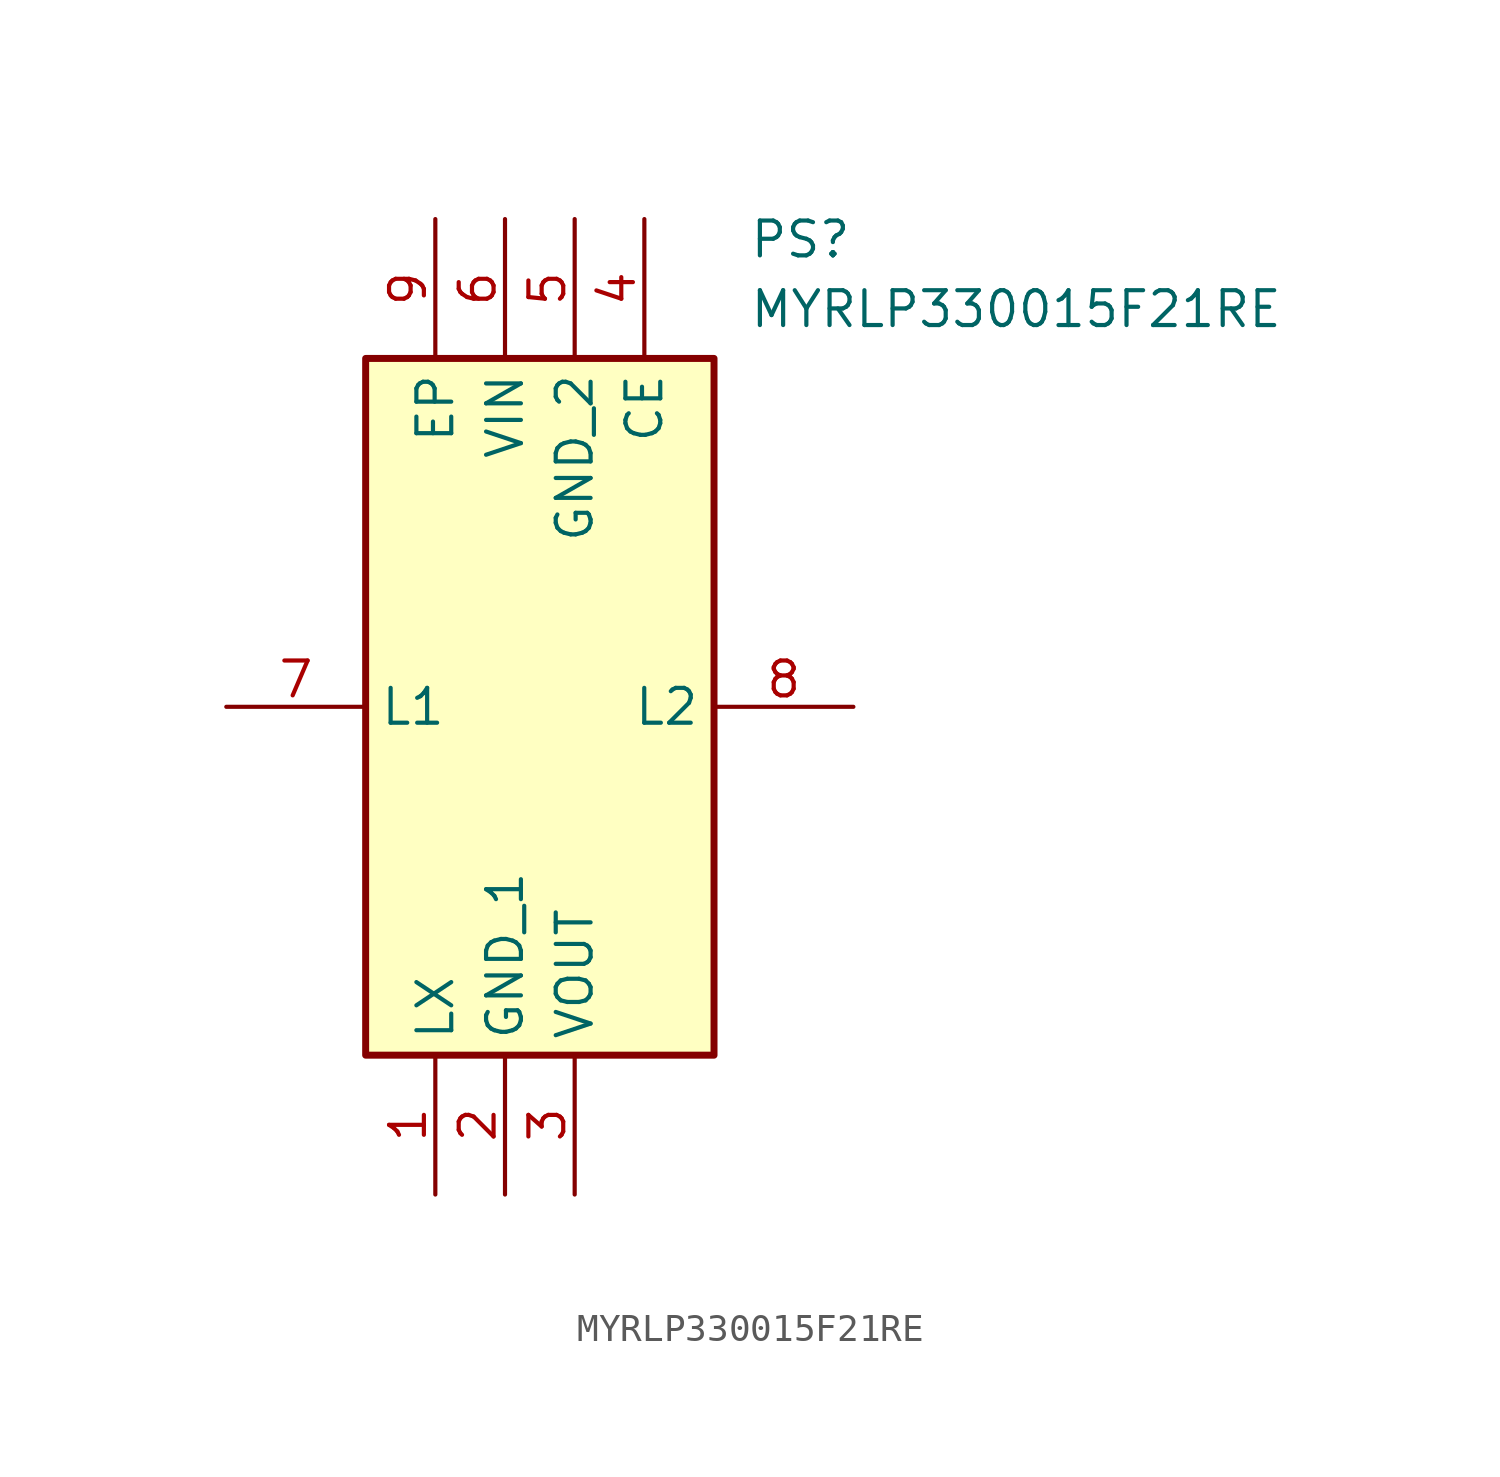
<source format=kicad_sym>
(kicad_symbol_lib
  (version 20211014)
  (generator SamacSys_ECAD_Model)
  (symbol "MYRLP330015F21RE"
    (property "Reference" "PS"
      (at 19.05 17.78 0)
      (effects (font (size 1.27 1.27)) (justify left top)))
    (property "Value" "MYRLP330015F21RE"
      (at 19.05 15.24 0)
      (effects (font (size 1.27 1.27)) (justify left top)))
    (rectangle
      (start 5.08 12.7)
      (end 17.78 -12.7)
      (stroke (width 0.254) (type default))
      (fill (type background)))
    (pin passive line
      (at 7.62 -17.78 90)
      (length 5.08)
      (name "LX" (effects (font (size 1.27 1.27))))
      (number "1" (effects (font (size 1.27 1.27)))))
    (pin passive line
      (at 10.16 -17.78 90)
      (length 5.08)
      (name "GND_1" (effects (font (size 1.27 1.27))))
      (number "2" (effects (font (size 1.27 1.27)))))
    (pin passive line
      (at 12.7 -17.78 90)
      (length 5.08)
      (name "VOUT" (effects (font (size 1.27 1.27))))
      (number "3" (effects (font (size 1.27 1.27)))))
    (pin passive line
      (at 15.24 17.78 270)
      (length 5.08)
      (name "CE" (effects (font (size 1.27 1.27))))
      (number "4" (effects (font (size 1.27 1.27)))))
    (pin passive line
      (at 12.7 17.78 270)
      (length 5.08)
      (name "GND_2" (effects (font (size 1.27 1.27))))
      (number "5" (effects (font (size 1.27 1.27)))))
    (pin passive line
      (at 10.16 17.78 270)
      (length 5.08)
      (name "VIN" (effects (font (size 1.27 1.27))))
      (number "6" (effects (font (size 1.27 1.27)))))
    (pin passive line
      (at 0 0 0)
      (length 5.08)
      (name "L1" (effects (font (size 1.27 1.27))))
      (number "7" (effects (font (size 1.27 1.27)))))
    (pin passive line
      (at 22.86 0 180)
      (length 5.08)
      (name "L2" (effects (font (size 1.27 1.27))))
      (number "8" (effects (font (size 1.27 1.27)))))
    (pin passive line
      (at 7.62 17.78 270)
      (length 5.08)
      (name "EP" (effects (font (size 1.27 1.27))))
      (number "9" (effects (font (size 1.27 1.27)))))))
</source>
